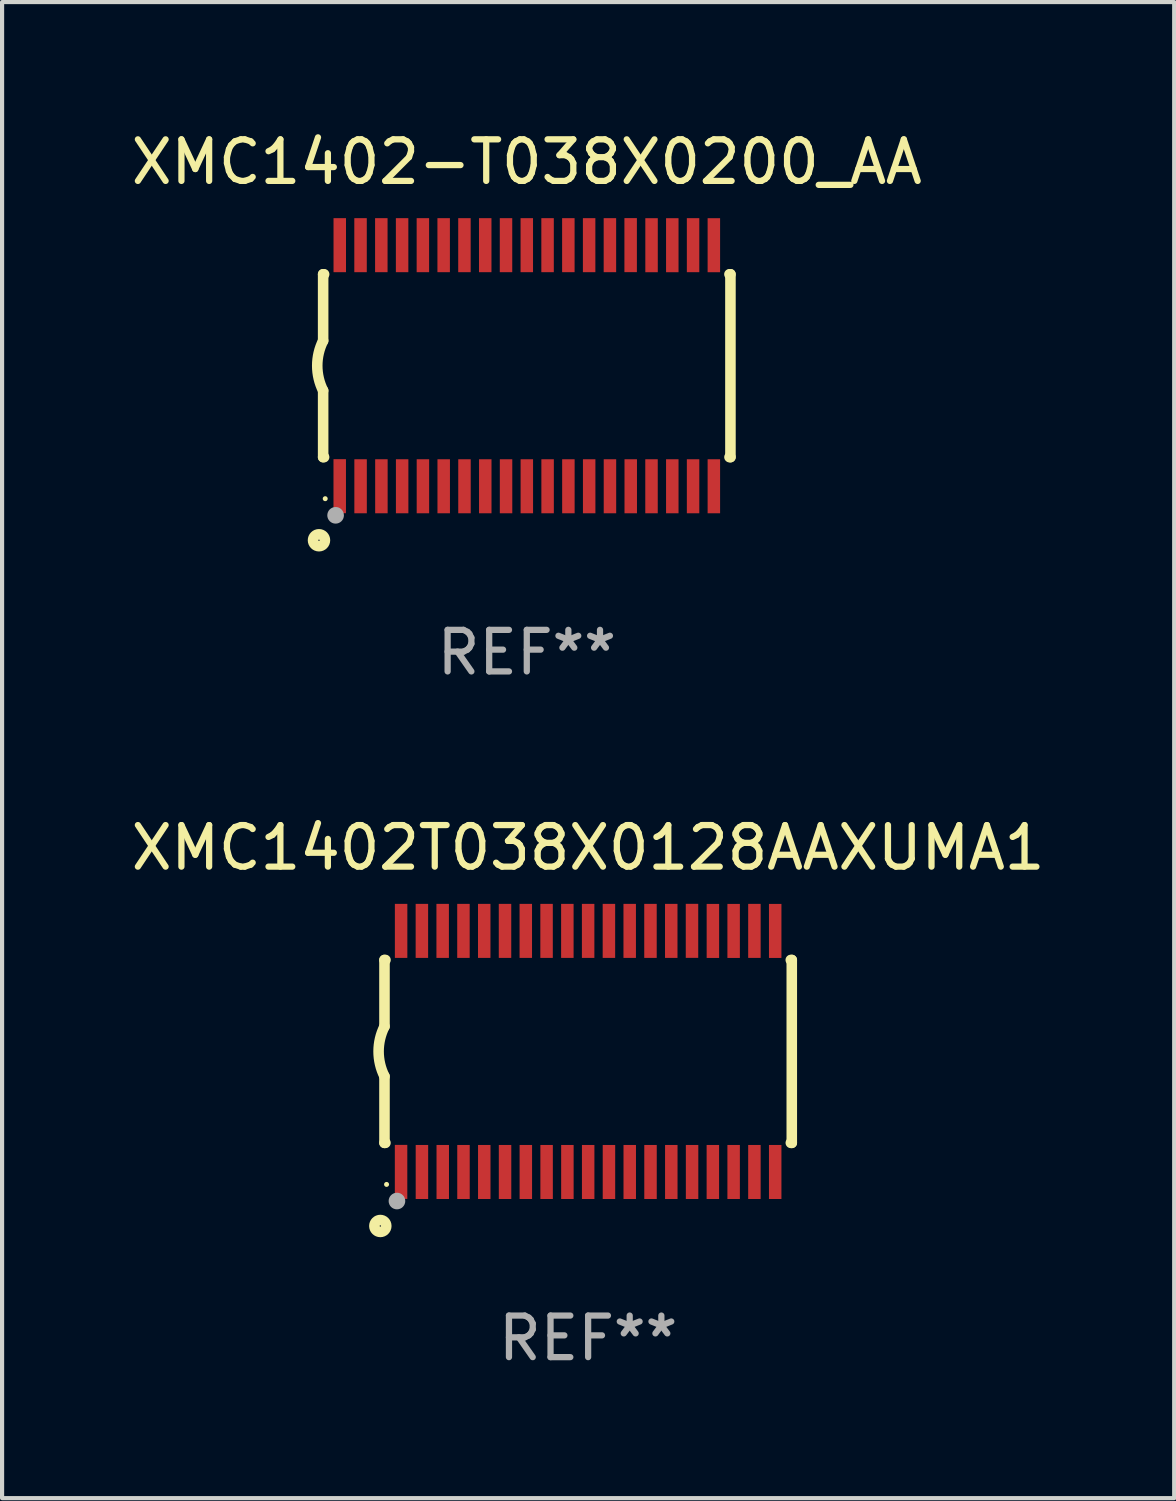
<source format=kicad_pcb>
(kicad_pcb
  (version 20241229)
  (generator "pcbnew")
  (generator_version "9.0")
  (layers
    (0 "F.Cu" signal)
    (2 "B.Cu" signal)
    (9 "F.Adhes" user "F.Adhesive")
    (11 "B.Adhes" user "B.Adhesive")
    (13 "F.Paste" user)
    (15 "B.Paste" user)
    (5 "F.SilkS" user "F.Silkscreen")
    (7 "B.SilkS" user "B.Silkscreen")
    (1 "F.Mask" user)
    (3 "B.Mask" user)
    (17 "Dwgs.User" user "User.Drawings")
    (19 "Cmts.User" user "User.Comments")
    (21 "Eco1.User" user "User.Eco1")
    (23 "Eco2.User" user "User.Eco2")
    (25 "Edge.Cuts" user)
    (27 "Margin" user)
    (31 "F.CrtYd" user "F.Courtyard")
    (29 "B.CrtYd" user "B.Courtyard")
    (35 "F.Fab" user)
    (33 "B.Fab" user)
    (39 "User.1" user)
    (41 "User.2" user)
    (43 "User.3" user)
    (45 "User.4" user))
  (footprint "XMC1402-T038X0200_AA"
    (layer "F.Cu")
    (at 9.625 5.749)
    (property "Reference" "XMC1402-T038X0200_AA" (at 0 -4.901 0) (layer "F.SilkS") (effects (font (size 1 1) (thickness 0.15))))
    (attr through_hole)
    (fp_line (start -4.9 -2.2) (end -4.9 -0.6) (stroke (width 0.254) (type solid)) (layer "F.SilkS"))
    (fp_line (start -4.9 -2.2) (end -4.876 -2.2) (stroke (width 0.254) (type solid)) (layer "F.SilkS"))
    (fp_line (start -4.9 2.2) (end -4.9 0.6) (stroke (width 0.254) (type solid)) (layer "F.SilkS"))
    (fp_line (start -4.9 2.2) (end -4.877 2.2) (stroke (width 0.254) (type solid)) (layer "F.SilkS"))
    (fp_line (start 4.876 -2.2) (end 4.9 -2.2) (stroke (width 0.254) (type solid)) (layer "F.SilkS"))
    (fp_line (start 4.877 2.2) (end 4.9 2.2) (stroke (width 0.254) (type solid)) (layer "F.SilkS"))
    (fp_line (start 4.9 -2.2) (end 4.9 2.2) (stroke (width 0.254) (type solid)) (layer "F.SilkS"))
    (fp_arc (start -4.900051 0.599822) (mid -5.041652 -0.000095) (end -4.9 -0.6) (stroke (width 0.254001) (type solid)) (layer "F.SilkS"))
    (fp_circle (center -5 4.2) (end -4.857 4.2) (stroke (width 0.254) (type solid)) (fill no) (layer "F.SilkS"))
    (fp_circle (center -4.85 3.2) (end -4.82 3.2) (stroke (width 0.06) (type solid)) (fill no) (layer "F.SilkS"))
    (fp_circle (center -4.6 3.6) (end -4.5 3.6) (stroke (width 0.2) (type solid)) (fill no) (layer "F.Fab"))
    (fp_text user "REF**" (at 0 6.901 0) (layer "F.Fab") (effects (font (size 1 1) (thickness 0.15))))
    (pad "1" smd rect (at -4.501 2.899 90) (size 1.3 0.3) (layers "F.Cu" "F.Mask" "F.Paste"))
    (pad "2" smd rect (at -3.999 2.901 90) (size 1.3 0.3) (layers "F.Cu" "F.Mask" "F.Paste"))
    (pad "3" smd rect (at -3.498 2.901 90) (size 1.3 0.3) (layers "F.Cu" "F.Mask" "F.Paste"))
    (pad "4" smd rect (at -2.999 2.901 90) (size 1.3 0.3) (layers "F.Cu" "F.Mask" "F.Paste"))
    (pad "5" smd rect (at -2.499 2.901 90) (size 1.3 0.3) (layers "F.Cu" "F.Mask" "F.Paste"))
    (pad "6" smd rect (at -1.999 2.901 90) (size 1.3 0.3) (layers "F.Cu" "F.Mask" "F.Paste"))
    (pad "7" smd rect (at -1.499 2.901 90) (size 1.3 0.3) (layers "F.Cu" "F.Mask" "F.Paste"))
    (pad "8" smd rect (at -0.999 2.901 90) (size 1.3 0.3) (layers "F.Cu" "F.Mask" "F.Paste"))
    (pad "9" smd rect (at -0.499 2.901 90) (size 1.3 0.3) (layers "F.Cu" "F.Mask" "F.Paste"))
    (pad "10" smd rect (at 0.001 2.901 90) (size 1.3 0.3) (layers "F.Cu" "F.Mask" "F.Paste"))
    (pad "11" smd rect (at 0.501 2.901 90) (size 1.3 0.3) (layers "F.Cu" "F.Mask" "F.Paste"))
    (pad "12" smd rect (at 1.001 2.901 90) (size 1.3 0.3) (layers "F.Cu" "F.Mask" "F.Paste"))
    (pad "13" smd rect (at 1.501 2.901 90) (size 1.3 0.3) (layers "F.Cu" "F.Mask" "F.Paste"))
    (pad "14" smd rect (at 2.001 2.901 90) (size 1.3 0.3) (layers "F.Cu" "F.Mask" "F.Paste"))
    (pad "15" smd rect (at 2.501 2.901 90) (size 1.3 0.3) (layers "F.Cu" "F.Mask" "F.Paste"))
    (pad "16" smd rect (at 3.001 2.901 90) (size 1.3 0.3) (layers "F.Cu" "F.Mask" "F.Paste"))
    (pad "17" smd rect (at 3.501 2.901 90) (size 1.3 0.3) (layers "F.Cu" "F.Mask" "F.Paste"))
    (pad "18" smd rect (at 4.001 2.901 90) (size 1.3 0.3) (layers "F.Cu" "F.Mask" "F.Paste"))
    (pad "19" smd rect (at 4.501 2.901 90) (size 1.3 0.3) (layers "F.Cu" "F.Mask" "F.Paste"))
    (pad "20" smd rect (at 4.501 -2.899 90) (size 1.3 0.3) (layers "F.Cu" "F.Mask" "F.Paste"))
    (pad "21" smd rect (at 4.001 -2.9 90) (size 1.3 0.3) (layers "F.Cu" "F.Mask" "F.Paste"))
    (pad "22" smd rect (at 3.501 -2.899 90) (size 1.3 0.3) (layers "F.Cu" "F.Mask" "F.Paste"))
    (pad "23" smd rect (at 3.002 -2.899 90) (size 1.3 0.3) (layers "F.Cu" "F.Mask" "F.Paste"))
    (pad "24" smd rect (at 2.499 -2.901 90) (size 1.3 0.3) (layers "F.Cu" "F.Mask" "F.Paste"))
    (pad "25" smd rect (at 2 -2.9 90) (size 1.3 0.3) (layers "F.Cu" "F.Mask" "F.Paste"))
    (pad "26" smd rect (at 1.5 -2.9 90) (size 1.3 0.3) (layers "F.Cu" "F.Mask" "F.Paste"))
    (pad "27" smd rect (at 1 -2.9 90) (size 1.3 0.3) (layers "F.Cu" "F.Mask" "F.Paste"))
    (pad "28" smd rect (at 0.5 -2.9 90) (size 1.3 0.3) (layers "F.Cu" "F.Mask" "F.Paste"))
    (pad "29" smd rect (at 0.000127 -2.9 90) (size 1.3 0.3) (layers "F.Cu" "F.Mask" "F.Paste"))
    (pad "30" smd rect (at -0.5 -2.9 90) (size 1.3 0.3) (layers "F.Cu" "F.Mask" "F.Paste"))
    (pad "31" smd rect (at -1 -2.9 90) (size 1.3 0.3) (layers "F.Cu" "F.Mask" "F.Paste"))
    (pad "32" smd rect (at -1.5 -2.9 90) (size 1.3 0.3) (layers "F.Cu" "F.Mask" "F.Paste"))
    (pad "33" smd rect (at -2 -2.9 90) (size 1.3 0.3) (layers "F.Cu" "F.Mask" "F.Paste"))
    (pad "34" smd rect (at -2.5 -2.9 90) (size 1.3 0.3) (layers "F.Cu" "F.Mask" "F.Paste"))
    (pad "35" smd rect (at -3 -2.9 90) (size 1.3 0.3) (layers "F.Cu" "F.Mask" "F.Paste"))
    (pad "36" smd rect (at -3.5 -2.9 90) (size 1.3 0.3) (layers "F.Cu" "F.Mask" "F.Paste"))
    (pad "37" smd rect (at -4 -2.9 90) (size 1.3 0.3) (layers "F.Cu" "F.Mask" "F.Paste"))
    (pad "38" smd rect (at -4.5 -2.9 90) (size 1.3 0.3) (layers "F.Cu" "F.Mask" "F.Paste")))
  (footprint "XMC1402T038X0128AAXUMA1"
    (layer "F.Cu")
    (at 11.101 22.248)
    (property "Reference" "XMC1402T038X0128AAXUMA1" (at 0 -4.901 0) (layer "F.SilkS") (effects (font (size 1 1) (thickness 0.15))))
    (attr through_hole)
    (fp_line (start -4.9 -2.2) (end -4.9 -0.6) (stroke (width 0.254) (type solid)) (layer "F.SilkS"))
    (fp_line (start -4.9 -2.2) (end -4.876 -2.2) (stroke (width 0.254) (type solid)) (layer "F.SilkS"))
    (fp_line (start -4.9 2.2) (end -4.9 0.6) (stroke (width 0.254) (type solid)) (layer "F.SilkS"))
    (fp_line (start -4.9 2.2) (end -4.877 2.2) (stroke (width 0.254) (type solid)) (layer "F.SilkS"))
    (fp_line (start 4.876 -2.2) (end 4.9 -2.2) (stroke (width 0.254) (type solid)) (layer "F.SilkS"))
    (fp_line (start 4.877 2.2) (end 4.9 2.2) (stroke (width 0.254) (type solid)) (layer "F.SilkS"))
    (fp_line (start 4.9 -2.2) (end 4.9 2.2) (stroke (width 0.254) (type solid)) (layer "F.SilkS"))
    (fp_arc (start -4.900051 0.599822) (mid -5.041652 -0.000095) (end -4.9 -0.6) (stroke (width 0.254001) (type solid)) (layer "F.SilkS"))
    (fp_circle (center -5 4.2) (end -4.857 4.2) (stroke (width 0.254) (type solid)) (fill no) (layer "F.SilkS"))
    (fp_circle (center -4.85 3.2) (end -4.82 3.2) (stroke (width 0.06) (type solid)) (fill no) (layer "F.SilkS"))
    (fp_circle (center -4.6 3.6) (end -4.5 3.6) (stroke (width 0.2) (type solid)) (fill no) (layer "F.Fab"))
    (fp_text user "REF**" (at 0 6.901 0) (layer "F.Fab") (effects (font (size 1 1) (thickness 0.15))))
    (pad "1" smd rect (at -4.501 2.899 90) (size 1.3 0.3) (layers "F.Cu" "F.Mask" "F.Paste"))
    (pad "2" smd rect (at -3.999 2.901 90) (size 1.3 0.3) (layers "F.Cu" "F.Mask" "F.Paste"))
    (pad "3" smd rect (at -3.498 2.901 90) (size 1.3 0.3) (layers "F.Cu" "F.Mask" "F.Paste"))
    (pad "4" smd rect (at -2.999 2.901 90) (size 1.3 0.3) (layers "F.Cu" "F.Mask" "F.Paste"))
    (pad "5" smd rect (at -2.499 2.901 90) (size 1.3 0.3) (layers "F.Cu" "F.Mask" "F.Paste"))
    (pad "6" smd rect (at -1.999 2.901 90) (size 1.3 0.3) (layers "F.Cu" "F.Mask" "F.Paste"))
    (pad "7" smd rect (at -1.499 2.901 90) (size 1.3 0.3) (layers "F.Cu" "F.Mask" "F.Paste"))
    (pad "8" smd rect (at -0.999 2.901 90) (size 1.3 0.3) (layers "F.Cu" "F.Mask" "F.Paste"))
    (pad "9" smd rect (at -0.499 2.901 90) (size 1.3 0.3) (layers "F.Cu" "F.Mask" "F.Paste"))
    (pad "10" smd rect (at 0.001 2.901 90) (size 1.3 0.3) (layers "F.Cu" "F.Mask" "F.Paste"))
    (pad "11" smd rect (at 0.501 2.901 90) (size 1.3 0.3) (layers "F.Cu" "F.Mask" "F.Paste"))
    (pad "12" smd rect (at 1.001 2.901 90) (size 1.3 0.3) (layers "F.Cu" "F.Mask" "F.Paste"))
    (pad "13" smd rect (at 1.501 2.901 90) (size 1.3 0.3) (layers "F.Cu" "F.Mask" "F.Paste"))
    (pad "14" smd rect (at 2.001 2.901 90) (size 1.3 0.3) (layers "F.Cu" "F.Mask" "F.Paste"))
    (pad "15" smd rect (at 2.501 2.901 90) (size 1.3 0.3) (layers "F.Cu" "F.Mask" "F.Paste"))
    (pad "16" smd rect (at 3.001 2.901 90) (size 1.3 0.3) (layers "F.Cu" "F.Mask" "F.Paste"))
    (pad "17" smd rect (at 3.501 2.901 90) (size 1.3 0.3) (layers "F.Cu" "F.Mask" "F.Paste"))
    (pad "18" smd rect (at 4.001 2.901 90) (size 1.3 0.3) (layers "F.Cu" "F.Mask" "F.Paste"))
    (pad "19" smd rect (at 4.501 2.901 90) (size 1.3 0.3) (layers "F.Cu" "F.Mask" "F.Paste"))
    (pad "20" smd rect (at 4.501 -2.899 90) (size 1.3 0.3) (layers "F.Cu" "F.Mask" "F.Paste"))
    (pad "21" smd rect (at 4.001 -2.9 90) (size 1.3 0.3) (layers "F.Cu" "F.Mask" "F.Paste"))
    (pad "22" smd rect (at 3.501 -2.899 90) (size 1.3 0.3) (layers "F.Cu" "F.Mask" "F.Paste"))
    (pad "23" smd rect (at 3.002 -2.899 90) (size 1.3 0.3) (layers "F.Cu" "F.Mask" "F.Paste"))
    (pad "24" smd rect (at 2.499 -2.901 90) (size 1.3 0.3) (layers "F.Cu" "F.Mask" "F.Paste"))
    (pad "25" smd rect (at 2 -2.9 90) (size 1.3 0.3) (layers "F.Cu" "F.Mask" "F.Paste"))
    (pad "26" smd rect (at 1.5 -2.9 90) (size 1.3 0.3) (layers "F.Cu" "F.Mask" "F.Paste"))
    (pad "27" smd rect (at 1 -2.9 90) (size 1.3 0.3) (layers "F.Cu" "F.Mask" "F.Paste"))
    (pad "28" smd rect (at 0.5 -2.9 90) (size 1.3 0.3) (layers "F.Cu" "F.Mask" "F.Paste"))
    (pad "29" smd rect (at 0.000127 -2.9 90) (size 1.3 0.3) (layers "F.Cu" "F.Mask" "F.Paste"))
    (pad "30" smd rect (at -0.5 -2.9 90) (size 1.3 0.3) (layers "F.Cu" "F.Mask" "F.Paste"))
    (pad "31" smd rect (at -1 -2.9 90) (size 1.3 0.3) (layers "F.Cu" "F.Mask" "F.Paste"))
    (pad "32" smd rect (at -1.5 -2.9 90) (size 1.3 0.3) (layers "F.Cu" "F.Mask" "F.Paste"))
    (pad "33" smd rect (at -2 -2.9 90) (size 1.3 0.3) (layers "F.Cu" "F.Mask" "F.Paste"))
    (pad "34" smd rect (at -2.5 -2.9 90) (size 1.3 0.3) (layers "F.Cu" "F.Mask" "F.Paste"))
    (pad "35" smd rect (at -3 -2.9 90) (size 1.3 0.3) (layers "F.Cu" "F.Mask" "F.Paste"))
    (pad "36" smd rect (at -3.5 -2.9 90) (size 1.3 0.3) (layers "F.Cu" "F.Mask" "F.Paste"))
    (pad "37" smd rect (at -4 -2.9 90) (size 1.3 0.3) (layers "F.Cu" "F.Mask" "F.Paste"))
    (pad "38" smd rect (at -4.5 -2.9 90) (size 1.3 0.3) (layers "F.Cu" "F.Mask" "F.Paste")))
  (gr_rect
    (start -3 -3)
    (end 25.202 32.997)
    (stroke (width 0.1) (type default))
    (fill no)
    (layer "Edge.Cuts")))
</source>
